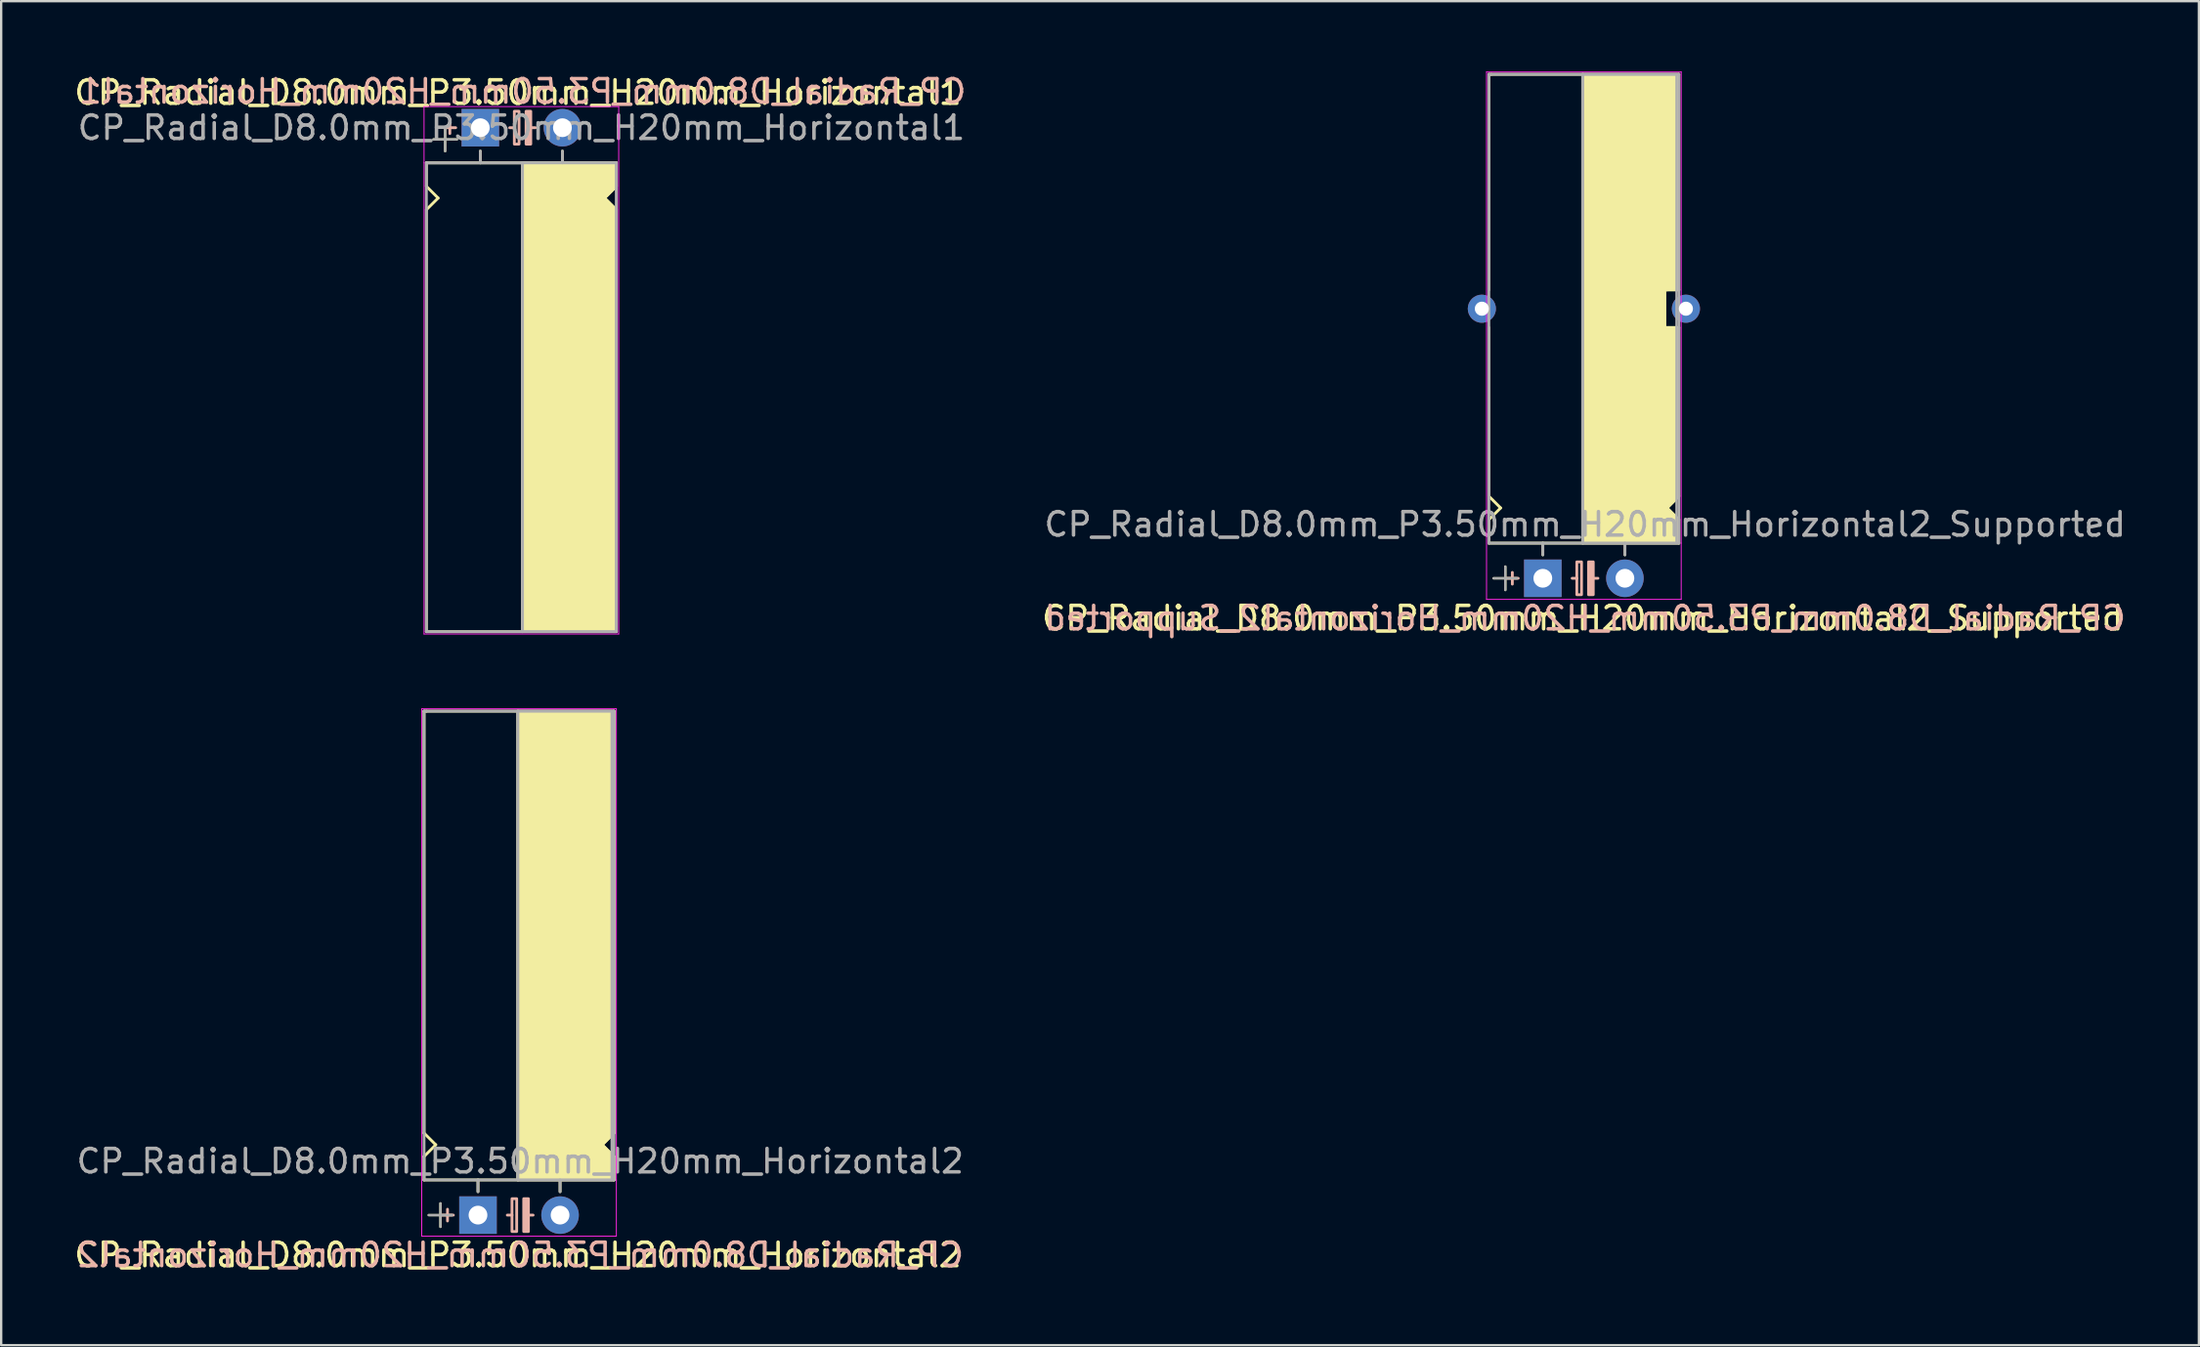
<source format=kicad_pcb>
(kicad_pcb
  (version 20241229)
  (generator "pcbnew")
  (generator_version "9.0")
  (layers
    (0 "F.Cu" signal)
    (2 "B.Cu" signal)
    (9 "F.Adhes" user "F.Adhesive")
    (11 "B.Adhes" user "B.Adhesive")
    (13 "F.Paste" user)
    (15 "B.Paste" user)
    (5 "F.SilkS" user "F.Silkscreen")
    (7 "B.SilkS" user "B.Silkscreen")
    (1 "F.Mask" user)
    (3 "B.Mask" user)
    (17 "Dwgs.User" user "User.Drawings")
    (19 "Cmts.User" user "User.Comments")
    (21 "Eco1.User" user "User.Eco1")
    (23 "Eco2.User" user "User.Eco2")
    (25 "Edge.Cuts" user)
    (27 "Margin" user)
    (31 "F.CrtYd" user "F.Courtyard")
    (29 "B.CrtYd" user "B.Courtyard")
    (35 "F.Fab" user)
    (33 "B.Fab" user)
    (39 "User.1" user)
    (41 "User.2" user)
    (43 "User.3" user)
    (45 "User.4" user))
  (footprint "CP_Radial_D8.0mm_P3.50mm_H20mm_Horizontal1"
    (layer "F.Cu")
    (at 17.43 2.398)
    (property "Reference" "CP_Radial_D8.0mm_P3.50mm_H20mm_Horizontal1" (at 1.6 -1.5 0) (layer "F.SilkS") (effects (font (size 1 1) (thickness 0.15))))
    (fp_line (start -2.3 1.5) (end 5.8 1.5) (stroke (width 0.12) (type solid)) (layer "F.SilkS"))
    (fp_line (start -2.3 2.5) (end -2.3 1.5) (stroke (width 0.12) (type solid)) (layer "F.SilkS"))
    (fp_line (start -2.3 3.5) (end -2.3 21.5) (stroke (width 0.12) (type solid)) (layer "F.SilkS"))
    (fp_line (start -2.3 3.5) (end -1.8 3) (stroke (width 0.12) (type solid)) (layer "F.SilkS"))
    (fp_line (start -2.3 21.5) (end 5.7 21.5) (stroke (width 0.12) (type solid)) (layer "F.SilkS"))
    (fp_line (start -2 0.5) (end -1 0.5) (stroke (width 0.1) (type solid)) (layer "F.SilkS"))
    (fp_line (start -1.8 3) (end -2.3 2.5) (stroke (width 0.12) (type solid)) (layer "F.SilkS"))
    (fp_line (start -1.5 1) (end -1.5 0) (stroke (width 0.1) (type solid)) (layer "F.SilkS"))
    (fp_line (start 0 1) (end 0 1.5) (stroke (width 0.12) (type solid)) (layer "F.SilkS"))
    (fp_line (start 1.8 21.5) (end 1.8 1.5) (stroke (width 0.12) (type solid)) (layer "F.SilkS"))
    (fp_line (start 3.5 1) (end 3.5 1.5) (stroke (width 0.12) (type solid)) (layer "F.SilkS"))
    (fp_line (start 5.3 3) (end 5.8 2.5) (stroke (width 0.12) (type solid)) (layer "F.SilkS"))
    (fp_line (start 5.8 2.5) (end 5.8 1.5) (stroke (width 0.12) (type solid)) (layer "F.SilkS"))
    (fp_line (start 5.8 3.5) (end 5.3 3) (stroke (width 0.12) (type solid)) (layer "F.SilkS"))
    (fp_line (start 5.8 3.5) (end 5.8 21.5) (stroke (width 0.12) (type solid)) (layer "F.SilkS"))
    (fp_line (start 5.8 21.5) (end 5.7 21.5) (stroke (width 0.12) (type solid)) (layer "F.SilkS"))
    (fp_poly (pts (xy 5.8 2.5) (xy 5.3 3) (xy 5.8 3.5) (xy 5.8 21.5) (xy 1.8 21.5) (xy 1.8 1.5) (xy 5.8 1.5)) (stroke (width 0.1) (type solid)) (fill yes) (layer "F.SilkS"))
    (fp_line (start -1.3 -0.25) (end -1.3 0.25) (stroke (width 0.12) (type solid)) (layer "B.SilkS"))
    (fp_line (start -1.05 0) (end -1.55 0) (stroke (width 0.12) (type solid)) (layer "B.SilkS"))
    (fp_line (start 1.45 0) (end 1.25 0) (stroke (width 0.12) (type solid)) (layer "B.SilkS"))
    (fp_line (start 2.15 0) (end 2.35 0) (stroke (width 0.12) (type solid)) (layer "B.SilkS"))
    (fp_rect (start 1.65 -0.7) (end 1.45 0.7) (stroke (width 0.12) (type solid)) (fill no) (layer "B.SilkS"))
    (fp_rect (start 2.15 -0.7) (end 1.95 0.7) (stroke (width 0.12) (type solid)) (fill yes) (layer "B.SilkS"))
    (fp_line (start -2.4 -0.9) (end 5.9 -0.9) (stroke (width 0.04) (type solid)) (layer "F.CrtYd"))
    (fp_line (start -2.4 1.5) (end -2.4 -0.9) (stroke (width 0.04) (type solid)) (layer "F.CrtYd"))
    (fp_line (start -2.4 21.6) (end -2.4 1.5) (stroke (width 0.04) (type solid)) (layer "F.CrtYd"))
    (fp_line (start 5.9 -0.9) (end 5.9 21.6) (stroke (width 0.04) (type solid)) (layer "F.CrtYd"))
    (fp_line (start 5.9 21.6) (end -2.4 21.6) (stroke (width 0.04) (type solid)) (layer "F.CrtYd"))
    (fp_line (start -2.3 1.5) (end 5.8 1.5) (stroke (width 0.12) (type solid)) (layer "F.Fab"))
    (fp_line (start -2.3 21.5) (end -2.3 1.5) (stroke (width 0.12) (type solid)) (layer "F.Fab"))
    (fp_line (start -2 0.5) (end -1 0.5) (stroke (width 0.1) (type solid)) (layer "F.Fab"))
    (fp_line (start -1.5 1) (end -1.5 0) (stroke (width 0.1) (type solid)) (layer "F.Fab"))
    (fp_line (start 0 1.5) (end 0 1) (stroke (width 0.12) (type solid)) (layer "F.Fab"))
    (fp_line (start 1.8 1.5) (end 1.8 21.5) (stroke (width 0.12) (type solid)) (layer "F.Fab"))
    (fp_line (start 3.5 1.5) (end 3.5 1) (stroke (width 0.12) (type solid)) (layer "F.Fab"))
    (fp_line (start 5.8 1.5) (end 5.8 21.5) (stroke (width 0.12) (type solid)) (layer "F.Fab"))
    (fp_line (start 5.8 21.5) (end -2.3 21.5) (stroke (width 0.12) (type solid)) (layer "F.Fab"))
    (fp_poly (pts (xy 5.8 21.5) (xy 1.8 21.5) (xy 1.8 1.5) (xy 5.8 1.5)) (stroke (width 0.1) (type solid)) (fill no) (layer "F.Fab"))
    (fp_text user "${REFERENCE}" (at 1.8 -1.55 0) (layer "B.SilkS") (effects (font (size 1 1) (thickness 0.15)) (justify mirror)))
    (fp_text user "${REFERENCE}" (at 1.75 0 0) (layer "F.Fab") (effects (font (size 1 1) (thickness 0.15))))
    (pad "1" thru_hole rect (at 0 0) (size 1.6 1.6) (drill 0.8) (layers "*.Cu" "*.Mask"))
    (pad "2" thru_hole circle (at 3.5 0) (size 1.6 1.6) (drill 0.8) (layers "*.Cu" "*.Mask")))
  (footprint "CP_Radial_D8.0mm_P3.50mm_H20mm_Horizontal2_Supported"
    (layer "F.Cu")
    (at 62.732 21.62)
    (property "Reference" "CP_Radial_D8.0mm_P3.50mm_H20mm_Horizontal2_Supported" (at 1.7 1.7 0) (layer "F.SilkS") (effects (font (size 1 1) (thickness 0.15))))
    (fp_line (start -2.3 -21.5) (end -2.3 -12.3) (stroke (width 0.12) (type solid)) (layer "F.SilkS"))
    (fp_line (start -2.3 -21.5) (end -2.2 -21.5) (stroke (width 0.12) (type solid)) (layer "F.SilkS"))
    (fp_line (start -2.3 -3.5) (end -2.3 -10.7) (stroke (width 0.12) (type solid)) (layer "F.SilkS"))
    (fp_line (start -2.3 -3.5) (end -1.8 -3) (stroke (width 0.12) (type solid)) (layer "F.SilkS"))
    (fp_line (start -2.3 -2.5) (end -2.3 -1.5) (stroke (width 0.12) (type solid)) (layer "F.SilkS"))
    (fp_line (start -2.1 0) (end -1.1 0) (stroke (width 0.1) (type solid)) (layer "F.SilkS"))
    (fp_line (start -1.8 -3) (end -2.3 -2.5) (stroke (width 0.12) (type solid)) (layer "F.SilkS"))
    (fp_line (start -1.6 0.5) (end -1.6 -0.5) (stroke (width 0.1) (type solid)) (layer "F.SilkS"))
    (fp_line (start 0 -1) (end 0 -1.5) (stroke (width 0.12) (type solid)) (layer "F.SilkS"))
    (fp_line (start 1.7 -21.5) (end 1.7 -1.5) (stroke (width 0.12) (type solid)) (layer "F.SilkS"))
    (fp_line (start 3.5 -1) (end 3.5 -1.5) (stroke (width 0.12) (type solid)) (layer "F.SilkS"))
    (fp_line (start 5.2 -12.3) (end 5.2 -10.7) (stroke (width 0.12) (type solid)) (layer "F.SilkS"))
    (fp_line (start 5.2 -10.7) (end 5.8 -10.7) (stroke (width 0.12) (type solid)) (layer "F.SilkS"))
    (fp_line (start 5.3 -12.3) (end 5.2 -12.3) (stroke (width 0.12) (type solid)) (layer "F.SilkS"))
    (fp_line (start 5.3 -3) (end 5.8 -2.5) (stroke (width 0.12) (type solid)) (layer "F.SilkS"))
    (fp_line (start 5.8 -21.5) (end -2.2 -21.5) (stroke (width 0.12) (type solid)) (layer "F.SilkS"))
    (fp_line (start 5.8 -21.5) (end 5.8 -12.3) (stroke (width 0.12) (type solid)) (layer "F.SilkS"))
    (fp_line (start 5.8 -12.3) (end 5.3 -12.3) (stroke (width 0.12) (type solid)) (layer "F.SilkS"))
    (fp_line (start 5.8 -3.5) (end 5.3 -3) (stroke (width 0.12) (type solid)) (layer "F.SilkS"))
    (fp_line (start 5.8 -3.5) (end 5.8 -10.7) (stroke (width 0.12) (type solid)) (layer "F.SilkS"))
    (fp_line (start 5.8 -2.5) (end 5.8 -1.5) (stroke (width 0.12) (type solid)) (layer "F.SilkS"))
    (fp_line (start 5.8 -1.5) (end -2.3 -1.5) (stroke (width 0.12) (type solid)) (layer "F.SilkS"))
    (fp_poly (pts (xy 5.8 -12.3) (xy 5.2 -12.3) (xy 5.2 -10.7) (xy 5.8 -10.7) (xy 5.8 -3.5) (xy 5.3 -3) (xy 5.8 -2.5) (xy 5.8 -1.5) (xy 1.7 -1.5) (xy 1.7 -21.5) (xy 5.8 -21.5)) (stroke (width 0.1) (type solid)) (fill yes) (layer "F.SilkS"))
    (fp_line (start -1.3 -0.25) (end -1.3 0.25) (stroke (width 0.12) (type solid)) (layer "B.SilkS"))
    (fp_line (start -1.05 0) (end -1.55 0) (stroke (width 0.12) (type solid)) (layer "B.SilkS"))
    (fp_line (start 1.45 0) (end 1.25 0) (stroke (width 0.12) (type solid)) (layer "B.SilkS"))
    (fp_line (start 2.15 0) (end 2.35 0) (stroke (width 0.12) (type solid)) (layer "B.SilkS"))
    (fp_rect (start 1.65 -0.7) (end 1.45 0.7) (stroke (width 0.12) (type solid)) (fill no) (layer "B.SilkS"))
    (fp_rect (start 2.15 -0.7) (end 1.95 0.7) (stroke (width 0.12) (type solid)) (fill yes) (layer "B.SilkS"))
    (fp_line (start -2.4 -21.6) (end 5.9 -21.6) (stroke (width 0.04) (type solid)) (layer "F.CrtYd"))
    (fp_line (start -2.4 0.9) (end -2.4 -21.6) (stroke (width 0.04) (type solid)) (layer "F.CrtYd"))
    (fp_line (start -2.4 0.9) (end 5.9 0.9) (stroke (width 0.04) (type solid)) (layer "F.CrtYd"))
    (fp_line (start 5.9 -21.6) (end 5.9 -1.5) (stroke (width 0.04) (type solid)) (layer "F.CrtYd"))
    (fp_line (start 5.9 -1.5) (end 5.9 0.9) (stroke (width 0.04) (type solid)) (layer "F.CrtYd"))
    (fp_line (start -2.3 -21.5) (end 5.8 -21.5) (stroke (width 0.12) (type solid)) (layer "F.Fab"))
    (fp_line (start -2.3 -1.5) (end -2.3 -21.5) (stroke (width 0.12) (type solid)) (layer "F.Fab"))
    (fp_line (start -2.1 0) (end -1.1 0) (stroke (width 0.1) (type solid)) (layer "F.Fab"))
    (fp_line (start -1.6 0.5) (end -1.6 -0.5) (stroke (width 0.1) (type solid)) (layer "F.Fab"))
    (fp_line (start 0 -1.5) (end 0 -1) (stroke (width 0.12) (type solid)) (layer "F.Fab"))
    (fp_line (start 1.7 -1.5) (end 1.7 -21.5) (stroke (width 0.12) (type solid)) (layer "F.Fab"))
    (fp_line (start 3.5 -1.5) (end 3.5 -1) (stroke (width 0.12) (type solid)) (layer "F.Fab"))
    (fp_line (start 5.8 -21.5) (end 5.8 -1.5) (stroke (width 0.12) (type solid)) (layer "F.Fab"))
    (fp_line (start 5.8 -1.5) (end -2.3 -1.5) (stroke (width 0.12) (type solid)) (layer "F.Fab"))
    (fp_poly (pts (xy 1.7 -21.5) (xy 5.7 -21.5) (xy 5.7 -1.5) (xy 1.7 -1.5)) (stroke (width 0.1) (type solid)) (fill no) (layer "F.Fab"))
    (fp_text user "${REFERENCE}" (at 1.8 1.7 0) (layer "B.SilkS") (effects (font (size 1 1) (thickness 0.15)) (justify mirror)))
    (fp_text user "${REFERENCE}" (at 1.8 -2.3 0) (layer "F.Fab") (effects (font (size 1 1) (thickness 0.15))))
    (pad "1" thru_hole rect (at 0 0) (size 1.6 1.6) (drill 0.8) (layers "*.Cu" "*.Mask"))
    (pad "2" thru_hole circle (at 3.5 0) (size 1.6 1.6) (drill 0.8) (layers "*.Cu" "*.Mask"))
    (pad "~" thru_hole circle (at -2.6 -11.5 180) (size 1.2 1.2) (drill 0.6) (layers "*.Cu" "*.Mask"))
    (pad "~" thru_hole circle (at 6.1 -11.5 180) (size 1.2 1.2) (drill 0.6) (layers "*.Cu" "*.Mask")))
  (footprint "CP_Radial_D8.0mm_P3.50mm_H20mm_Horizontal2"
    (layer "F.Cu")
    (at 17.33 48.788)
    (property "Reference" "CP_Radial_D8.0mm_P3.50mm_H20mm_Horizontal2" (at 1.7 1.7 0) (layer "F.SilkS") (effects (font (size 1 1) (thickness 0.15))))
    (fp_line (start -2.3 -21.5) (end -2.2 -21.5) (stroke (width 0.12) (type solid)) (layer "F.SilkS"))
    (fp_line (start -2.3 -3.5) (end -2.3 -21.5) (stroke (width 0.12) (type solid)) (layer "F.SilkS"))
    (fp_line (start -2.3 -2.5) (end -1.8 -3) (stroke (width 0.12) (type solid)) (layer "F.SilkS"))
    (fp_line (start -2.3 -1.5) (end -2.3 -2.5) (stroke (width 0.12) (type solid)) (layer "F.SilkS"))
    (fp_line (start -2.1 0) (end -1.1 0) (stroke (width 0.1) (type solid)) (layer "F.SilkS"))
    (fp_line (start -1.8 -3) (end -2.3 -3.5) (stroke (width 0.12) (type solid)) (layer "F.SilkS"))
    (fp_line (start -1.6 0.5) (end -1.6 -0.5) (stroke (width 0.1) (type solid)) (layer "F.SilkS"))
    (fp_line (start 0 -1) (end 0 -1.5) (stroke (width 0.12) (type solid)) (layer "F.SilkS"))
    (fp_line (start 1.7 -21.5) (end 1.7 -1.5) (stroke (width 0.12) (type solid)) (layer "F.SilkS"))
    (fp_line (start 3.5 -1) (end 3.5 -1.5) (stroke (width 0.12) (type solid)) (layer "F.SilkS"))
    (fp_line (start 5.3 -3) (end 5.8 -3.5) (stroke (width 0.12) (type solid)) (layer "F.SilkS"))
    (fp_line (start 5.8 -21.5) (end -2.2 -21.5) (stroke (width 0.12) (type solid)) (layer "F.SilkS"))
    (fp_line (start 5.8 -3.5) (end 5.8 -21.5) (stroke (width 0.12) (type solid)) (layer "F.SilkS"))
    (fp_line (start 5.8 -2.5) (end 5.3 -3) (stroke (width 0.12) (type solid)) (layer "F.SilkS"))
    (fp_line (start 5.8 -1.5) (end -2.3 -1.5) (stroke (width 0.12) (type solid)) (layer "F.SilkS"))
    (fp_line (start 5.8 -1.5) (end 5.8 -2.5) (stroke (width 0.12) (type solid)) (layer "F.SilkS"))
    (fp_poly (pts (xy 5.8 -3.5) (xy 5.3 -3) (xy 5.8 -2.5) (xy 5.8 -1.5) (xy 1.7 -1.5) (xy 1.7 -21.5) (xy 5.8 -21.5)) (stroke (width 0.1) (type solid)) (fill yes) (layer "F.SilkS"))
    (fp_line (start -1.3 -0.25) (end -1.3 0.25) (stroke (width 0.12) (type solid)) (layer "B.SilkS"))
    (fp_line (start -1.05 0) (end -1.55 0) (stroke (width 0.12) (type solid)) (layer "B.SilkS"))
    (fp_line (start 1.45 0) (end 1.25 0) (stroke (width 0.12) (type solid)) (layer "B.SilkS"))
    (fp_line (start 2.15 0) (end 2.35 0) (stroke (width 0.12) (type solid)) (layer "B.SilkS"))
    (fp_rect (start 1.65 -0.7) (end 1.45 0.7) (stroke (width 0.12) (type solid)) (fill no) (layer "B.SilkS"))
    (fp_rect (start 2.15 -0.7) (end 1.95 0.7) (stroke (width 0.12) (type solid)) (fill yes) (layer "B.SilkS"))
    (fp_line (start -2.4 -21.6) (end 5.9 -21.6) (stroke (width 0.04) (type solid)) (layer "F.CrtYd"))
    (fp_line (start -2.4 0.9) (end -2.4 -21.6) (stroke (width 0.04) (type solid)) (layer "F.CrtYd"))
    (fp_line (start -2.4 0.9) (end 5.9 0.9) (stroke (width 0.04) (type solid)) (layer "F.CrtYd"))
    (fp_line (start 5.9 -21.6) (end 5.9 -1.5) (stroke (width 0.04) (type solid)) (layer "F.CrtYd"))
    (fp_line (start 5.9 -1.5) (end 5.9 0.9) (stroke (width 0.04) (type solid)) (layer "F.CrtYd"))
    (fp_line (start -2.3 -21.5) (end 5.8 -21.5) (stroke (width 0.12) (type solid)) (layer "F.Fab"))
    (fp_line (start -2.3 -1.5) (end -2.3 -21.5) (stroke (width 0.12) (type solid)) (layer "F.Fab"))
    (fp_line (start -2.1 0) (end -1.1 0) (stroke (width 0.1) (type solid)) (layer "F.Fab"))
    (fp_line (start -1.6 0.5) (end -1.6 -0.5) (stroke (width 0.1) (type solid)) (layer "F.Fab"))
    (fp_line (start 0 -1.5) (end 0 -1) (stroke (width 0.12) (type solid)) (layer "F.Fab"))
    (fp_line (start 1.7 -1.5) (end 1.7 -21.5) (stroke (width 0.12) (type solid)) (layer "F.Fab"))
    (fp_line (start 3.5 -1.5) (end 3.5 -1) (stroke (width 0.12) (type solid)) (layer "F.Fab"))
    (fp_line (start 5.8 -21.5) (end 5.8 -1.5) (stroke (width 0.12) (type solid)) (layer "F.Fab"))
    (fp_line (start 5.8 -1.5) (end -2.3 -1.5) (stroke (width 0.12) (type solid)) (layer "F.Fab"))
    (fp_poly (pts (xy 1.7 -21.5) (xy 5.7 -21.5) (xy 5.7 -1.5) (xy 1.7 -1.5)) (stroke (width 0.1) (type solid)) (fill no) (layer "F.Fab"))
    (fp_text user "${REFERENCE}" (at 1.8 1.7 0) (layer "B.SilkS") (effects (font (size 1 1) (thickness 0.15)) (justify mirror)))
    (fp_text user "${REFERENCE}" (at 1.8 -2.3 0) (layer "F.Fab") (effects (font (size 1 1) (thickness 0.15))))
    (pad "1" thru_hole rect (at 0 0) (size 1.6 1.6) (drill 0.8) (layers "*.Cu" "*.Mask"))
    (pad "2" thru_hole circle (at 3.5 0) (size 1.6 1.6) (drill 0.8) (layers "*.Cu" "*.Mask")))
  (gr_rect
    (start -3 -3)
    (end 90.705 54.337)
    (stroke (width 0.1) (type default))
    (fill no)
    (layer "Edge.Cuts")))
</source>
